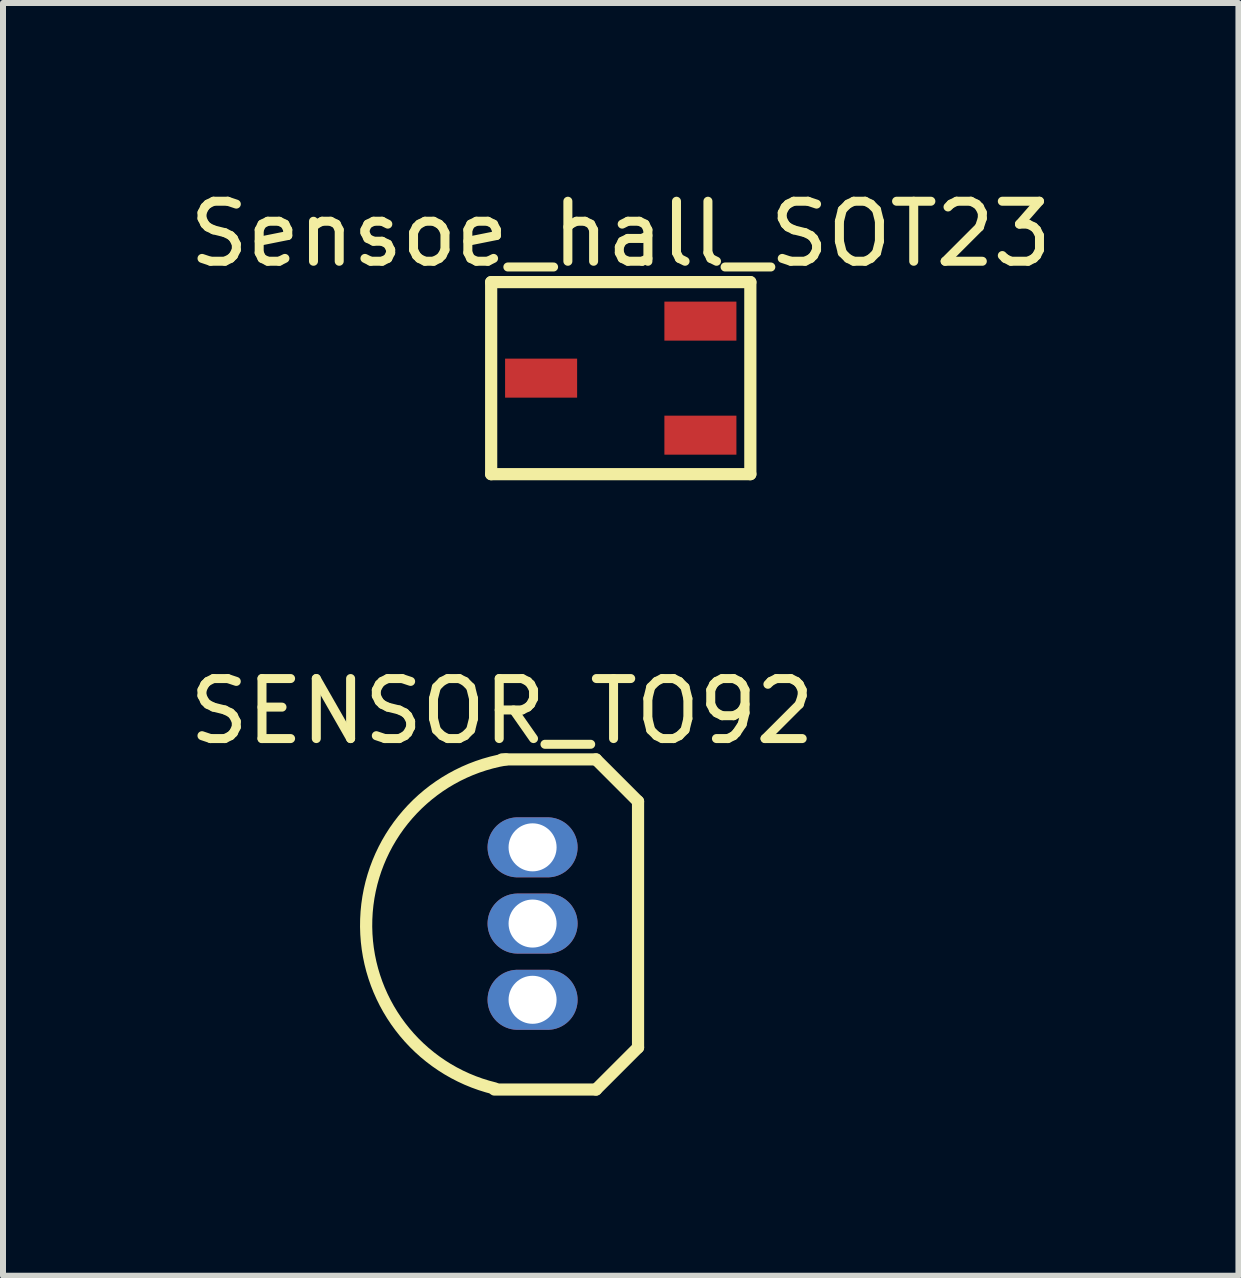
<source format=kicad_pcb>
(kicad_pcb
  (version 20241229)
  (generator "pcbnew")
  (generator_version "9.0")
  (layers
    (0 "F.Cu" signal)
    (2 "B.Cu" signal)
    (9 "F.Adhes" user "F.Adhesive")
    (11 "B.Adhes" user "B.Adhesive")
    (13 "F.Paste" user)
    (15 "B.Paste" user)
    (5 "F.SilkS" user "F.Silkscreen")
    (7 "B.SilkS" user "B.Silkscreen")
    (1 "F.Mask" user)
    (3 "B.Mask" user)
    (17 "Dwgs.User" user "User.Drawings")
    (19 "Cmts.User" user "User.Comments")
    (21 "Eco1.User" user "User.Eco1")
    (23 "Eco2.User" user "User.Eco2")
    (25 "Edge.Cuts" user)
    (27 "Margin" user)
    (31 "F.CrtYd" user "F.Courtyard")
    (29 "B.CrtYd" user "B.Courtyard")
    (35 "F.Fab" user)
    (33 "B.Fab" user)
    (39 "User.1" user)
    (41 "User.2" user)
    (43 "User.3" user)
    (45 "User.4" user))
  (footprint "SENSOR_TO92"
    (layer "F.Cu")
    (at 4.68 14.877)
    (property "Reference" "SENSOR_TO92" (at 0.635 -6.077 0) (layer "F.SilkS") (effects (font (size 1 1) (thickness 0.15))))
    (fp_line (start 0.508 0.225) (end 2.2 0.225) (stroke (width 0.203) (type solid)) (layer "F.SilkS"))
    (fp_line (start 0.635 -5.275) (end 2.2 -5.275) (stroke (width 0.203) (type solid)) (layer "F.SilkS"))
    (fp_line (start 2.2 -5.275) (end 2.9 -4.575) (stroke (width 0.203) (type solid)) (layer "F.SilkS"))
    (fp_line (start 2.2 0.225) (end 2.9 -0.475) (stroke (width 0.203) (type solid)) (layer "F.SilkS"))
    (fp_line (start 2.9 -0.475) (end 2.9 -4.575) (stroke (width 0.203) (type solid)) (layer "F.SilkS"))
    (fp_arc (start 0.512502 0.206752) (mid -1.628256 -2.610593) (end 0.699903 -5.275167) (stroke (width 0.2032) (type solid)) (layer "F.SilkS"))
    (pad "1" thru_hole oval (at 1.143 -1.27) (size 1.5 1) (drill 0.8) (layers "*.Cu" "*.Mask"))
    (pad "2" thru_hole oval (at 1.143 -2.54) (size 1.5 1) (drill 0.8) (layers "*.Cu" "*.Mask"))
    (pad "3" thru_hole oval (at 1.143 -3.81) (size 1.5 1) (drill 0.8) (layers "*.Cu" "*.Mask")))
  (footprint "Sensoe_hall_SOT23"
    (layer "F.Cu")
    (at 7.292 3.25)
    (property "Reference" "Sensoe_hall_SOT23" (at 0 -2.402 0) (layer "F.SilkS") (effects (font (size 1 1) (thickness 0.15))))
    (fp_line (start -2.159 -1.6) (end 2.159 -1.6) (stroke (width 0.203) (type solid)) (layer "F.SilkS"))
    (fp_line (start -2.159 1.6) (end -2.159 -1.6) (stroke (width 0.203) (type solid)) (layer "F.SilkS"))
    (fp_line (start -2.159 1.6) (end 2.159 1.6) (stroke (width 0.203) (type solid)) (layer "F.SilkS"))
    (fp_line (start 2.159 1.6) (end 2.159 -1.6) (stroke (width 0.203) (type solid)) (layer "F.SilkS"))
    (pad "+" smd rect (at 1.327 0.95 90) (size 0.65 1.2) (layers "F.Cu" "F.Mask" "F.Paste"))
    (pad "-" smd rect (at -1.327 0 90) (size 0.65 1.2) (layers "F.Cu" "F.Mask" "F.Paste"))
    (pad "o" smd rect (at 1.327 -0.95 90) (size 0.65 1.2) (layers "F.Cu" "F.Mask" "F.Paste")))
  (gr_rect
    (start -3 -3)
    (end 17.583 18.204)
    (stroke (width 0.1) (type default))
    (fill no)
    (layer "Edge.Cuts")))
</source>
